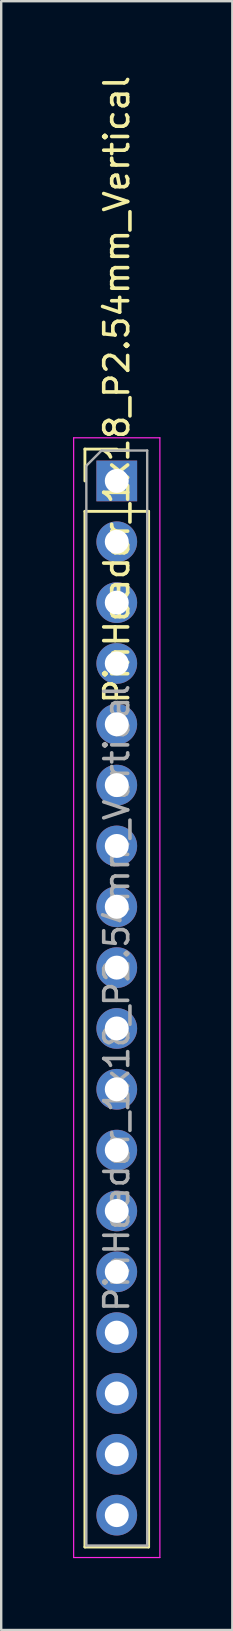
<source format=kicad_pcb>
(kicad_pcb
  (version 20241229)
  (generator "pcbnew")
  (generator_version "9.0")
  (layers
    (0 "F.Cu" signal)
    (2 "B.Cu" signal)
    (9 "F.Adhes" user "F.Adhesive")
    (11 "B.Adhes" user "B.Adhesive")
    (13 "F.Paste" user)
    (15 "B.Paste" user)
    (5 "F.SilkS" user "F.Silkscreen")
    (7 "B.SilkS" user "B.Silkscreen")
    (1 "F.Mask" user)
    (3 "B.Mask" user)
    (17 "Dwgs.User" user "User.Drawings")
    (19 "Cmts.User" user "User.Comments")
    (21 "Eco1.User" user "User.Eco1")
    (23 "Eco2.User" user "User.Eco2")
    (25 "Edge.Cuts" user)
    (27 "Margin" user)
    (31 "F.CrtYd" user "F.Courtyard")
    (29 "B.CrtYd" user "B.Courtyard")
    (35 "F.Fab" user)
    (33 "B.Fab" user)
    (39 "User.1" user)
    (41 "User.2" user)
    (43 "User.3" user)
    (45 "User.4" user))
  (footprint "PinHeader_1x18_P2.54mm_Vertical"
    (layer "F.Cu")
    (at 1.825 17.03)
    (property "Reference" "PinHeader_1x18_P2.54mm_Vertical" (at 0 -3.81 90) (layer "F.SilkS") (effects (font (size 1 1) (thickness 0.15))))
    (attr through_hole)
    (fp_line (start -1.33 -1.33) (end 0 -1.33) (stroke (width 0.12) (type solid)) (layer "F.SilkS"))
    (fp_line (start -1.33 0) (end -1.33 -1.33) (stroke (width 0.12) (type solid)) (layer "F.SilkS"))
    (fp_line (start -1.33 1.27) (end -1.33 44.51) (stroke (width 0.12) (type solid)) (layer "F.SilkS"))
    (fp_line (start -1.33 1.27) (end 1.33 1.27) (stroke (width 0.12) (type solid)) (layer "F.SilkS"))
    (fp_line (start -1.33 44.51) (end 1.33 44.51) (stroke (width 0.12) (type solid)) (layer "F.SilkS"))
    (fp_line (start 1.33 1.27) (end 1.33 44.51) (stroke (width 0.12) (type solid)) (layer "F.SilkS"))
    (fp_line (start -1.8 -1.8) (end -1.8 44.95) (stroke (width 0.05) (type solid)) (layer "F.CrtYd"))
    (fp_line (start -1.8 44.95) (end 1.8 44.95) (stroke (width 0.05) (type solid)) (layer "F.CrtYd"))
    (fp_line (start 1.8 -1.8) (end -1.8 -1.8) (stroke (width 0.05) (type solid)) (layer "F.CrtYd"))
    (fp_line (start 1.8 44.95) (end 1.8 -1.8) (stroke (width 0.05) (type solid)) (layer "F.CrtYd"))
    (fp_line (start -1.27 -0.635) (end -0.635 -1.27) (stroke (width 0.1) (type solid)) (layer "F.Fab"))
    (fp_line (start -1.27 44.45) (end -1.27 -0.635) (stroke (width 0.1) (type solid)) (layer "F.Fab"))
    (fp_line (start -0.635 -1.27) (end 1.27 -1.27) (stroke (width 0.1) (type solid)) (layer "F.Fab"))
    (fp_line (start 1.27 -1.27) (end 1.27 44.45) (stroke (width 0.1) (type solid)) (layer "F.Fab"))
    (fp_line (start 1.27 44.45) (end -1.27 44.45) (stroke (width 0.1) (type solid)) (layer "F.Fab"))
    (fp_text user "${REFERENCE}" (at 0 21.59 270) (layer "F.Fab") (effects (font (size 1 1) (thickness 0.15))))
    (pad "1" thru_hole rect (at 0 0) (size 1.7 1.7) (drill 1) (layers "*.Cu" "*.Mask"))
    (pad "2" thru_hole oval (at 0 2.54) (size 1.7 1.7) (drill 1) (layers "*.Cu" "*.Mask"))
    (pad "3" thru_hole oval (at 0 5.08) (size 1.7 1.7) (drill 1) (layers "*.Cu" "*.Mask"))
    (pad "4" thru_hole oval (at 0 7.62) (size 1.7 1.7) (drill 1) (layers "*.Cu" "*.Mask"))
    (pad "5" thru_hole oval (at 0 10.16) (size 1.7 1.7) (drill 1) (layers "*.Cu" "*.Mask"))
    (pad "6" thru_hole oval (at 0 12.7) (size 1.7 1.7) (drill 1) (layers "*.Cu" "*.Mask"))
    (pad "7" thru_hole oval (at 0 15.24) (size 1.7 1.7) (drill 1) (layers "*.Cu" "*.Mask"))
    (pad "8" thru_hole oval (at 0 17.78) (size 1.7 1.7) (drill 1) (layers "*.Cu" "*.Mask"))
    (pad "9" thru_hole oval (at 0 20.32) (size 1.7 1.7) (drill 1) (layers "*.Cu" "*.Mask"))
    (pad "10" thru_hole oval (at 0 22.86) (size 1.7 1.7) (drill 1) (layers "*.Cu" "*.Mask"))
    (pad "11" thru_hole oval (at 0 25.4) (size 1.7 1.7) (drill 1) (layers "*.Cu" "*.Mask"))
    (pad "12" thru_hole oval (at 0 27.94) (size 1.7 1.7) (drill 1) (layers "*.Cu" "*.Mask"))
    (pad "13" thru_hole oval (at 0 30.48) (size 1.7 1.7) (drill 1) (layers "*.Cu" "*.Mask"))
    (pad "14" thru_hole oval (at 0 33.02) (size 1.7 1.7) (drill 1) (layers "*.Cu" "*.Mask"))
    (pad "15" thru_hole oval (at 0 35.56) (size 1.7 1.7) (drill 1) (layers "*.Cu" "*.Mask"))
    (pad "16" thru_hole oval (at 0 38.1) (size 1.7 1.7) (drill 1) (layers "*.Cu" "*.Mask"))
    (pad "17" thru_hole oval (at 0 40.64) (size 1.7 1.7) (drill 1) (layers "*.Cu" "*.Mask"))
    (pad "18" thru_hole oval (at 0 43.18) (size 1.7 1.7) (drill 1) (layers "*.Cu" "*.Mask")))
  (gr_rect
    (start -3 -3)
    (end 6.65 65.005)
    (stroke (width 0.1) (type default))
    (fill no)
    (layer "Edge.Cuts")))
</source>
